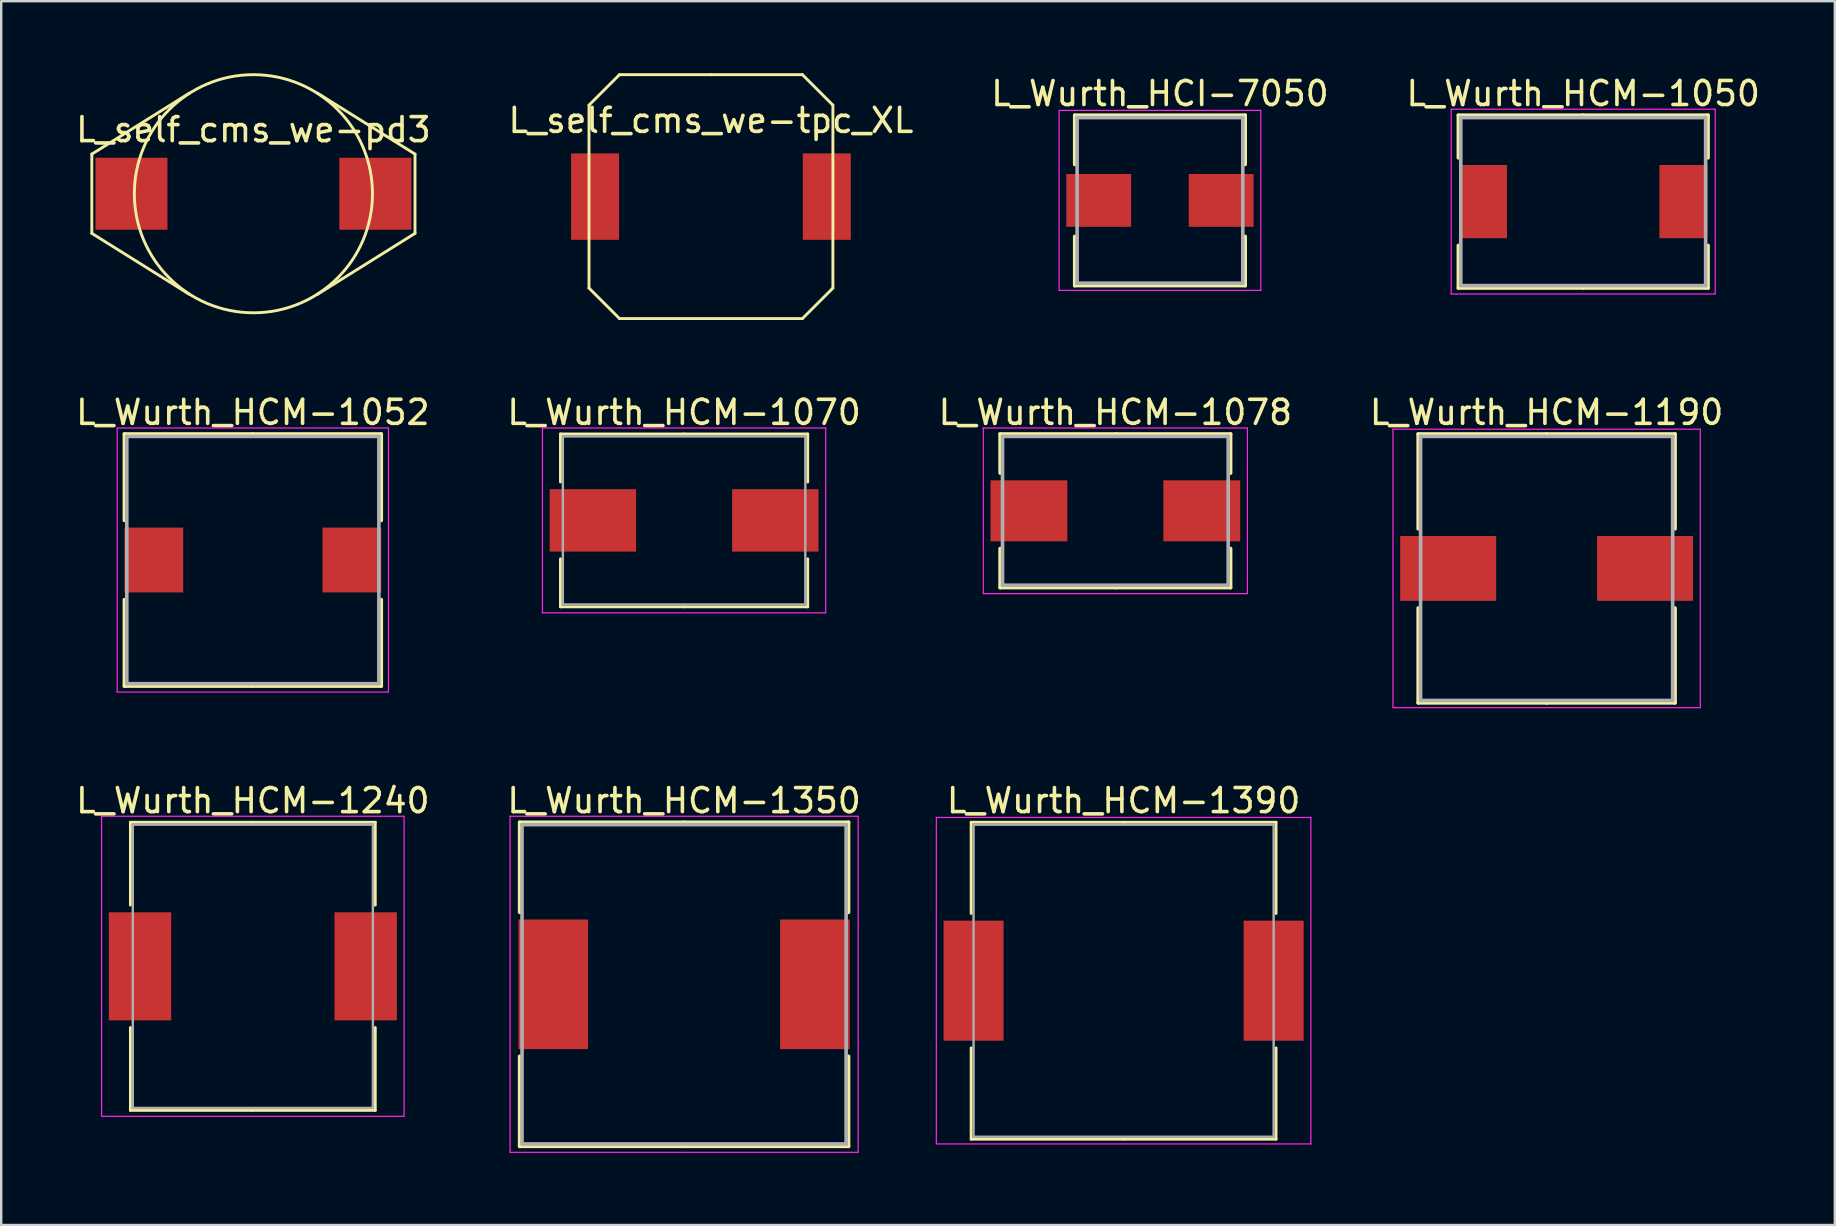
<source format=kicad_pcb>
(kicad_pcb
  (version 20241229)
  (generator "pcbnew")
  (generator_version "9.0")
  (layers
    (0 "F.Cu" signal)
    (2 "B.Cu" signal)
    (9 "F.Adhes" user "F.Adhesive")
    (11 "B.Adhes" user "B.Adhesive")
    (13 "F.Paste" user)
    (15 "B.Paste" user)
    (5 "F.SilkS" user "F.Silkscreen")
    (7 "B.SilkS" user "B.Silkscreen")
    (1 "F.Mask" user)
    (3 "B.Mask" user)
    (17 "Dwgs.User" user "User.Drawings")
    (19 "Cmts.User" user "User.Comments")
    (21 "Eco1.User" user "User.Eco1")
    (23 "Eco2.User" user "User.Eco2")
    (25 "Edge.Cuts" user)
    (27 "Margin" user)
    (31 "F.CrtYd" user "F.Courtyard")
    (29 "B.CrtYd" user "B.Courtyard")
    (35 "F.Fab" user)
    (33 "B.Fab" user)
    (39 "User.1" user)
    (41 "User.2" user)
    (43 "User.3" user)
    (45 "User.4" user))
  (footprint "L_Wurth_HCM-1190"
    (layer "F.Cu")
    (at 61.375 20.628)
    (property "Reference" "L_Wurth_HCM-1190" (at 0 -6.5 0) (layer "F.SilkS") (effects (font (size 1 1) (thickness 0.15))))
    (attr smd)
    (fp_line (start -5.35 -5.6) (end 0 -5.6) (stroke (width 0.15) (type solid)) (layer "F.SilkS"))
    (fp_line (start -5.35 -1.65) (end -5.35 -5.6) (stroke (width 0.15) (type solid)) (layer "F.SilkS"))
    (fp_line (start -5.35 1.65) (end -5.35 5.6) (stroke (width 0.15) (type solid)) (layer "F.SilkS"))
    (fp_line (start -5.35 5.6) (end 0 5.6) (stroke (width 0.15) (type solid)) (layer "F.SilkS"))
    (fp_line (start 5.35 -5.6) (end 0 -5.6) (stroke (width 0.15) (type solid)) (layer "F.SilkS"))
    (fp_line (start 5.35 -1.65) (end 5.35 -5.6) (stroke (width 0.15) (type solid)) (layer "F.SilkS"))
    (fp_line (start 5.35 1.65) (end 5.35 5.6) (stroke (width 0.15) (type solid)) (layer "F.SilkS"))
    (fp_line (start 5.35 5.6) (end 0 5.6) (stroke (width 0.15) (type solid)) (layer "F.SilkS"))
    (fp_line (start -6.4 -5.8) (end -6.4 5.8) (stroke (width 0.05) (type solid)) (layer "F.CrtYd"))
    (fp_line (start -6.4 5.8) (end 6.4 5.8) (stroke (width 0.05) (type solid)) (layer "F.CrtYd"))
    (fp_line (start 6.4 -5.8) (end -6.4 -5.8) (stroke (width 0.05) (type solid)) (layer "F.CrtYd"))
    (fp_line (start 6.4 5.8) (end 6.4 -5.8) (stroke (width 0.05) (type solid)) (layer "F.CrtYd"))
    (fp_line (start -5.25 -5.5) (end -5.25 5.5) (stroke (width 0.15) (type solid)) (layer "F.Fab"))
    (fp_line (start -5.25 5.5) (end 5.25 5.5) (stroke (width 0.15) (type solid)) (layer "F.Fab"))
    (fp_line (start 5.25 -5.5) (end -5.25 -5.5) (stroke (width 0.15) (type solid)) (layer "F.Fab"))
    (fp_line (start 5.25 5.5) (end 5.25 -5.5) (stroke (width 0.15) (type solid)) (layer "F.Fab"))
    (pad "1" smd rect (at -4.1 0) (size 4 2.7) (layers "F.Cu" "F.Mask" "F.Paste"))
    (pad "2" smd rect (at 4.1 0) (size 4 2.7) (layers "F.Cu" "F.Mask" "F.Paste")))
  (footprint "L_Wurth_HCM-1350"
    (layer "F.Cu")
    (at 25.446 37.952)
    (property "Reference" "L_Wurth_HCM-1350" (at 0 -7.65 0) (layer "F.SilkS") (effects (font (size 1 1) (thickness 0.15))))
    (attr smd)
    (fp_line (start -6.85 -6.75) (end 0 -6.75) (stroke (width 0.15) (type solid)) (layer "F.SilkS"))
    (fp_line (start -6.85 -3) (end -6.85 -6.75) (stroke (width 0.15) (type solid)) (layer "F.SilkS"))
    (fp_line (start -6.85 3) (end -6.85 6.75) (stroke (width 0.15) (type solid)) (layer "F.SilkS"))
    (fp_line (start -6.85 6.75) (end 0 6.75) (stroke (width 0.15) (type solid)) (layer "F.SilkS"))
    (fp_line (start 6.85 -6.75) (end 0 -6.75) (stroke (width 0.15) (type solid)) (layer "F.SilkS"))
    (fp_line (start 6.85 -3) (end 6.85 -6.75) (stroke (width 0.15) (type solid)) (layer "F.SilkS"))
    (fp_line (start 6.85 3) (end 6.85 6.75) (stroke (width 0.15) (type solid)) (layer "F.SilkS"))
    (fp_line (start 6.85 6.75) (end 0 6.75) (stroke (width 0.15) (type solid)) (layer "F.SilkS"))
    (fp_line (start -7.25 -7) (end -7.25 7) (stroke (width 0.05) (type solid)) (layer "F.CrtYd"))
    (fp_line (start -7.25 7) (end 7.25 7) (stroke (width 0.05) (type solid)) (layer "F.CrtYd"))
    (fp_line (start 7.25 -7) (end -7.25 -7) (stroke (width 0.05) (type solid)) (layer "F.CrtYd"))
    (fp_line (start 7.25 7) (end 7.25 -7) (stroke (width 0.05) (type solid)) (layer "F.CrtYd"))
    (fp_line (start -6.75 -6.65) (end -6.75 6.65) (stroke (width 0.15) (type solid)) (layer "F.Fab"))
    (fp_line (start -6.75 6.65) (end 6.75 6.65) (stroke (width 0.15) (type solid)) (layer "F.Fab"))
    (fp_line (start 6.75 -6.65) (end -6.75 -6.65) (stroke (width 0.15) (type solid)) (layer "F.Fab"))
    (fp_line (start 6.75 6.65) (end 6.75 -6.65) (stroke (width 0.15) (type solid)) (layer "F.Fab"))
    (pad "1" smd rect (at -5.45 0) (size 2.9 5.4) (layers "F.Cu" "F.Mask" "F.Paste"))
    (pad "2" smd rect (at 5.45 0) (size 2.9 5.4) (layers "F.Cu" "F.Mask" "F.Paste")))
  (footprint "L_Wurth_HCM-1078"
    (layer "F.Cu")
    (at 43.411 18.228)
    (property "Reference" "L_Wurth_HCM-1078" (at 0 -4.1 0) (layer "F.SilkS") (effects (font (size 1 1) (thickness 0.15))))
    (attr smd)
    (fp_line (start -4.8 -3.2) (end 0 -3.2) (stroke (width 0.15) (type solid)) (layer "F.SilkS"))
    (fp_line (start -4.8 -1.57) (end -4.8 -3.2) (stroke (width 0.15) (type solid)) (layer "F.SilkS"))
    (fp_line (start -4.8 1.57) (end -4.8 3.2) (stroke (width 0.15) (type solid)) (layer "F.SilkS"))
    (fp_line (start -4.8 3.2) (end 0 3.2) (stroke (width 0.15) (type solid)) (layer "F.SilkS"))
    (fp_line (start 4.8 -3.2) (end 0 -3.2) (stroke (width 0.15) (type solid)) (layer "F.SilkS"))
    (fp_line (start 4.8 -1.57) (end 4.8 -3.2) (stroke (width 0.15) (type solid)) (layer "F.SilkS"))
    (fp_line (start 4.8 1.57) (end 4.8 3.2) (stroke (width 0.15) (type solid)) (layer "F.SilkS"))
    (fp_line (start 4.8 3.2) (end 0 3.2) (stroke (width 0.15) (type solid)) (layer "F.SilkS"))
    (fp_line (start -5.5 -3.45) (end -5.5 3.45) (stroke (width 0.05) (type solid)) (layer "F.CrtYd"))
    (fp_line (start -5.5 3.45) (end 5.5 3.45) (stroke (width 0.05) (type solid)) (layer "F.CrtYd"))
    (fp_line (start 5.5 -3.45) (end -5.5 -3.45) (stroke (width 0.05) (type solid)) (layer "F.CrtYd"))
    (fp_line (start 5.5 3.45) (end 5.5 -3.45) (stroke (width 0.05) (type solid)) (layer "F.CrtYd"))
    (fp_line (start -4.7 -3.1) (end -4.7 3.1) (stroke (width 0.15) (type solid)) (layer "F.Fab"))
    (fp_line (start -4.7 3.1) (end 4.7 3.1) (stroke (width 0.15) (type solid)) (layer "F.Fab"))
    (fp_line (start 4.7 -3.1) (end -4.7 -3.1) (stroke (width 0.15) (type solid)) (layer "F.Fab"))
    (fp_line (start 4.7 3.1) (end 4.7 -3.1) (stroke (width 0.15) (type solid)) (layer "F.Fab"))
    (pad "1" smd rect (at -3.6 0) (size 3.2 2.54) (layers "F.Cu" "F.Mask" "F.Paste"))
    (pad "2" smd rect (at 3.6 0) (size 3.2 2.54) (layers "F.Cu" "F.Mask" "F.Paste")))
  (footprint "L_Wurth_HCM-1052"
    (layer "F.Cu")
    (at 7.482 20.278)
    (property "Reference" "L_Wurth_HCM-1052" (at 0 -6.15 0) (layer "F.SilkS") (effects (font (size 1 1) (thickness 0.15))))
    (attr smd)
    (fp_line (start -5.35 -5.25) (end 0 -5.25) (stroke (width 0.15) (type solid)) (layer "F.SilkS"))
    (fp_line (start -5.35 -1.65) (end -5.35 -5.25) (stroke (width 0.15) (type solid)) (layer "F.SilkS"))
    (fp_line (start -5.35 1.65) (end -5.35 5.25) (stroke (width 0.15) (type solid)) (layer "F.SilkS"))
    (fp_line (start -5.35 5.25) (end 0 5.25) (stroke (width 0.15) (type solid)) (layer "F.SilkS"))
    (fp_line (start 5.35 -5.25) (end 0 -5.25) (stroke (width 0.15) (type solid)) (layer "F.SilkS"))
    (fp_line (start 5.35 -1.65) (end 5.35 -5.25) (stroke (width 0.15) (type solid)) (layer "F.SilkS"))
    (fp_line (start 5.35 1.65) (end 5.35 5.25) (stroke (width 0.15) (type solid)) (layer "F.SilkS"))
    (fp_line (start 5.35 5.25) (end 0 5.25) (stroke (width 0.15) (type solid)) (layer "F.SilkS"))
    (fp_line (start -5.65 -5.5) (end -5.65 5.5) (stroke (width 0.05) (type solid)) (layer "F.CrtYd"))
    (fp_line (start -5.65 5.5) (end 5.65 5.5) (stroke (width 0.05) (type solid)) (layer "F.CrtYd"))
    (fp_line (start 5.65 -5.5) (end -5.65 -5.5) (stroke (width 0.05) (type solid)) (layer "F.CrtYd"))
    (fp_line (start 5.65 5.5) (end 5.65 -5.5) (stroke (width 0.05) (type solid)) (layer "F.CrtYd"))
    (fp_line (start -5.25 -5.15) (end -5.25 5.15) (stroke (width 0.15) (type solid)) (layer "F.Fab"))
    (fp_line (start -5.25 5.15) (end 5.25 5.15) (stroke (width 0.15) (type solid)) (layer "F.Fab"))
    (fp_line (start 5.25 -5.15) (end -5.25 -5.15) (stroke (width 0.15) (type solid)) (layer "F.Fab"))
    (fp_line (start 5.25 5.15) (end 5.25 -5.15) (stroke (width 0.15) (type solid)) (layer "F.Fab"))
    (pad "1" smd rect (at -4.125 0) (size 2.45 2.7) (layers "F.Cu" "F.Mask" "F.Paste"))
    (pad "2" smd rect (at 4.125 0) (size 2.45 2.7) (layers "F.Cu" "F.Mask" "F.Paste")))
  (footprint "L_Wurth_HCM-1070"
    (layer "F.Cu")
    (at 25.446 18.628)
    (property "Reference" "L_Wurth_HCM-1070" (at 0 -4.5 0) (layer "F.SilkS") (effects (font (size 1 1) (thickness 0.15))))
    (attr smd)
    (fp_line (start -5.15 -3.6) (end 0 -3.6) (stroke (width 0.12) (type solid)) (layer "F.SilkS"))
    (fp_line (start -5.15 -1.6) (end -5.15 -3.6) (stroke (width 0.12) (type solid)) (layer "F.SilkS"))
    (fp_line (start -5.15 1.6) (end -5.15 3.6) (stroke (width 0.12) (type solid)) (layer "F.SilkS"))
    (fp_line (start -5.15 3.6) (end 0 3.6) (stroke (width 0.12) (type solid)) (layer "F.SilkS"))
    (fp_line (start 5.15 -3.6) (end 0 -3.6) (stroke (width 0.12) (type solid)) (layer "F.SilkS"))
    (fp_line (start 5.15 -1.6) (end 5.15 -3.6) (stroke (width 0.12) (type solid)) (layer "F.SilkS"))
    (fp_line (start 5.15 1.6) (end 5.15 3.6) (stroke (width 0.12) (type solid)) (layer "F.SilkS"))
    (fp_line (start 5.15 3.6) (end 0 3.6) (stroke (width 0.12) (type solid)) (layer "F.SilkS"))
    (fp_line (start -5.9 -3.85) (end -5.9 3.85) (stroke (width 0.05) (type solid)) (layer "F.CrtYd"))
    (fp_line (start -5.9 3.85) (end 5.9 3.85) (stroke (width 0.05) (type solid)) (layer "F.CrtYd"))
    (fp_line (start 5.9 -3.85) (end -5.9 -3.85) (stroke (width 0.05) (type solid)) (layer "F.CrtYd"))
    (fp_line (start 5.9 3.85) (end 5.9 -3.85) (stroke (width 0.05) (type solid)) (layer "F.CrtYd"))
    (fp_line (start -5.05 -3.5) (end -5.05 3.5) (stroke (width 0.1) (type solid)) (layer "F.Fab"))
    (fp_line (start -5.05 3.5) (end 5.05 3.5) (stroke (width 0.1) (type solid)) (layer "F.Fab"))
    (fp_line (start 5.05 -3.5) (end -5.05 -3.5) (stroke (width 0.1) (type solid)) (layer "F.Fab"))
    (fp_line (start 5.05 3.5) (end 5.05 -3.5) (stroke (width 0.1) (type solid)) (layer "F.Fab"))
    (pad "1" smd rect (at -3.8 0) (size 3.6 2.6) (layers "F.Cu" "F.Mask" "F.Paste"))
    (pad "2" smd rect (at 3.8 0) (size 3.6 2.6) (layers "F.Cu" "F.Mask" "F.Paste")))
  (footprint "L_self_cms_we-pd3"
    (layer "F.Cu")
    (at 7.506 5.02)
    (property "Reference" "L_self_cms_we-pd3" (at 0 -2.667 0) (layer "F.SilkS") (effects (font (size 1 1) (thickness 0.15))))
    (attr smd)
    (fp_line (start -6.731 -1.651) (end -6.731 1.651) (stroke (width 0.12) (type solid)) (layer "F.SilkS"))
    (fp_line (start -6.731 -1.651) (end -2.667 -4.191) (stroke (width 0.12) (type solid)) (layer "F.SilkS"))
    (fp_line (start -6.731 1.651) (end -2.667 4.191) (stroke (width 0.12) (type solid)) (layer "F.SilkS"))
    (fp_line (start 6.731 -1.651) (end 2.667 -4.191) (stroke (width 0.12) (type solid)) (layer "F.SilkS"))
    (fp_line (start 6.731 -1.651) (end 6.731 1.651) (stroke (width 0.12) (type solid)) (layer "F.SilkS"))
    (fp_line (start 6.731 1.651) (end 2.667 4.191) (stroke (width 0.12) (type solid)) (layer "F.SilkS"))
    (fp_circle (center 0 0) (end 0.254 -4.953) (stroke (width 0.12) (type solid)) (fill no) (layer "F.SilkS"))
    (pad "1" smd rect (at -5.08 0) (size 3 3) (layers "F.Cu" "F.Mask" "F.Paste"))
    (pad "2" smd rect (at 5.08 0) (size 3 3) (layers "F.Cu" "F.Mask" "F.Paste")))
  (footprint "L_Wurth_HCM-1050"
    (layer "F.Cu")
    (at 62.899 5.348)
    (property "Reference" "L_Wurth_HCM-1050" (at 0 -4.5 0) (layer "F.SilkS") (effects (font (size 1 1) (thickness 0.15))))
    (attr smd)
    (fp_line (start -5.2 -3.6) (end 0 -3.6) (stroke (width 0.15) (type solid)) (layer "F.SilkS"))
    (fp_line (start -5.2 -1.825) (end -5.2 -3.6) (stroke (width 0.15) (type solid)) (layer "F.SilkS"))
    (fp_line (start -5.2 1.825) (end -5.2 3.6) (stroke (width 0.15) (type solid)) (layer "F.SilkS"))
    (fp_line (start -5.2 3.6) (end 0 3.6) (stroke (width 0.15) (type solid)) (layer "F.SilkS"))
    (fp_line (start 5.2 -3.6) (end 0 -3.6) (stroke (width 0.15) (type solid)) (layer "F.SilkS"))
    (fp_line (start 5.2 -1.825) (end 5.2 -3.6) (stroke (width 0.15) (type solid)) (layer "F.SilkS"))
    (fp_line (start 5.2 1.825) (end 5.2 3.6) (stroke (width 0.15) (type solid)) (layer "F.SilkS"))
    (fp_line (start 5.2 3.6) (end 0 3.6) (stroke (width 0.15) (type solid)) (layer "F.SilkS"))
    (fp_line (start -5.5 -3.85) (end -5.5 3.85) (stroke (width 0.05) (type solid)) (layer "F.CrtYd"))
    (fp_line (start -5.5 3.85) (end 5.5 3.85) (stroke (width 0.05) (type solid)) (layer "F.CrtYd"))
    (fp_line (start 5.5 -3.85) (end -5.5 -3.85) (stroke (width 0.05) (type solid)) (layer "F.CrtYd"))
    (fp_line (start 5.5 3.85) (end 5.5 -3.85) (stroke (width 0.05) (type solid)) (layer "F.CrtYd"))
    (fp_line (start -5.1 -3.5) (end -5.1 3.5) (stroke (width 0.15) (type solid)) (layer "F.Fab"))
    (fp_line (start -5.1 3.5) (end 5.1 3.5) (stroke (width 0.15) (type solid)) (layer "F.Fab"))
    (fp_line (start 5.1 -3.5) (end -5.1 -3.5) (stroke (width 0.15) (type solid)) (layer "F.Fab"))
    (fp_line (start 5.1 3.5) (end 5.1 -3.5) (stroke (width 0.15) (type solid)) (layer "F.Fab"))
    (pad "1" smd rect (at -4.175 0) (size 2 3.05) (layers "F.Cu" "F.Mask" "F.Paste"))
    (pad "2" smd rect (at 4.175 0) (size 2 3.05) (layers "F.Cu" "F.Mask" "F.Paste")))
  (footprint "L_self_cms_we-tpc_XL"
    (layer "F.Cu")
    (at 26.565 5.14)
    (property "Reference" "L_self_cms_we-tpc_XL" (at 0 -3.175 0) (layer "F.SilkS") (effects (font (size 1 1) (thickness 0.15))))
    (attr smd)
    (fp_line (start -5.08 -3.81) (end -3.81 -5.08) (stroke (width 0.12) (type solid)) (layer "F.SilkS"))
    (fp_line (start -5.08 3.81) (end -5.08 -3.81) (stroke (width 0.12) (type solid)) (layer "F.SilkS"))
    (fp_line (start -3.81 -5.08) (end 0 -5.08) (stroke (width 0.12) (type solid)) (layer "F.SilkS"))
    (fp_line (start -3.81 5.08) (end -5.08 3.81) (stroke (width 0.12) (type solid)) (layer "F.SilkS"))
    (fp_line (start 0 -5.08) (end 3.81 -5.08) (stroke (width 0.12) (type solid)) (layer "F.SilkS"))
    (fp_line (start 3.81 -5.08) (end 5.08 -3.81) (stroke (width 0.12) (type solid)) (layer "F.SilkS"))
    (fp_line (start 3.81 5.08) (end -3.81 5.08) (stroke (width 0.12) (type solid)) (layer "F.SilkS"))
    (fp_line (start 5.08 -3.81) (end 5.08 3.81) (stroke (width 0.12) (type solid)) (layer "F.SilkS"))
    (fp_line (start 5.08 3.81) (end 3.81 5.08) (stroke (width 0.12) (type solid)) (layer "F.SilkS"))
    (fp_text user "" (at 0 0 0) (layer "F.SilkS") (effects (font (size 1 1) (thickness 0.15))))
    (fp_text user "" (at 0 0 0) (layer "F.SilkS") (effects (font (size 1 1) (thickness 0.15))))
    (pad "1" smd rect (at -4.826 0) (size 1.999 3.599) (layers "F.Cu" "F.Mask" "F.Paste"))
    (pad "2" smd rect (at 4.826 0) (size 1.999 3.599) (layers "F.Cu" "F.Mask" "F.Paste")))
  (footprint "L_Wurth_HCI-7050"
    (layer "F.Cu")
    (at 45.268 5.298)
    (property "Reference" "L_Wurth_HCI-7050" (at 0 -4.45 0) (layer "F.SilkS") (effects (font (size 1 1) (thickness 0.15))))
    (attr smd)
    (fp_line (start -3.55 -3.55) (end 3.55 -3.55) (stroke (width 0.15) (type solid)) (layer "F.SilkS"))
    (fp_line (start -3.55 -1.5) (end -3.55 -3.55) (stroke (width 0.15) (type solid)) (layer "F.SilkS"))
    (fp_line (start -3.55 1.5) (end -3.55 3.55) (stroke (width 0.15) (type solid)) (layer "F.SilkS"))
    (fp_line (start -3.55 3.55) (end 3.55 3.55) (stroke (width 0.15) (type solid)) (layer "F.SilkS"))
    (fp_line (start 3.55 -3.55) (end 3.55 -1.5) (stroke (width 0.15) (type solid)) (layer "F.SilkS"))
    (fp_line (start 3.55 3.55) (end 3.55 1.5) (stroke (width 0.15) (type solid)) (layer "F.SilkS"))
    (fp_line (start -4.2 -3.75) (end -4.2 3.75) (stroke (width 0.05) (type solid)) (layer "F.CrtYd"))
    (fp_line (start -4.2 3.75) (end 4.2 3.75) (stroke (width 0.05) (type solid)) (layer "F.CrtYd"))
    (fp_line (start 4.2 -3.75) (end -4.2 -3.75) (stroke (width 0.05) (type solid)) (layer "F.CrtYd"))
    (fp_line (start 4.2 3.75) (end 4.2 -3.75) (stroke (width 0.05) (type solid)) (layer "F.CrtYd"))
    (fp_line (start -3.45 -3.45) (end -3.45 3.45) (stroke (width 0.15) (type solid)) (layer "F.Fab"))
    (fp_line (start -3.45 3.45) (end 3.45 3.45) (stroke (width 0.15) (type solid)) (layer "F.Fab"))
    (fp_line (start 3.45 -3.45) (end -3.45 -3.45) (stroke (width 0.15) (type solid)) (layer "F.Fab"))
    (fp_line (start 3.45 3.45) (end 3.45 -3.45) (stroke (width 0.15) (type solid)) (layer "F.Fab"))
    (pad "1" smd rect (at -2.55 0) (size 2.7 2.2) (layers "F.Cu" "F.Mask" "F.Paste"))
    (pad "2" smd rect (at 2.55 0) (size 2.7 2.2) (layers "F.Cu" "F.Mask" "F.Paste")))
  (footprint "L_Wurth_HCM-1240"
    (layer "F.Cu")
    (at 7.482 37.202)
    (property "Reference" "L_Wurth_HCM-1240" (at 0 -6.9 0) (layer "F.SilkS") (effects (font (size 1 1) (thickness 0.15))))
    (attr smd)
    (fp_line (start -5.1 -6) (end 0 -6) (stroke (width 0.12) (type solid)) (layer "F.SilkS"))
    (fp_line (start -5.1 -2.55) (end -5.1 -6) (stroke (width 0.12) (type solid)) (layer "F.SilkS"))
    (fp_line (start -5.1 2.55) (end -5.1 6) (stroke (width 0.12) (type solid)) (layer "F.SilkS"))
    (fp_line (start -5.1 6) (end 0 6) (stroke (width 0.12) (type solid)) (layer "F.SilkS"))
    (fp_line (start 5.1 -6) (end 0 -6) (stroke (width 0.12) (type solid)) (layer "F.SilkS"))
    (fp_line (start 5.1 -2.55) (end 5.1 -6) (stroke (width 0.12) (type solid)) (layer "F.SilkS"))
    (fp_line (start 5.1 2.55) (end 5.1 6) (stroke (width 0.12) (type solid)) (layer "F.SilkS"))
    (fp_line (start 5.1 6) (end 0 6) (stroke (width 0.12) (type solid)) (layer "F.SilkS"))
    (fp_line (start -6.3 -6.25) (end -6.3 6.25) (stroke (width 0.05) (type solid)) (layer "F.CrtYd"))
    (fp_line (start -6.3 6.25) (end 6.3 6.25) (stroke (width 0.05) (type solid)) (layer "F.CrtYd"))
    (fp_line (start 6.3 -6.25) (end -6.3 -6.25) (stroke (width 0.05) (type solid)) (layer "F.CrtYd"))
    (fp_line (start 6.3 6.25) (end 6.3 -6.25) (stroke (width 0.05) (type solid)) (layer "F.CrtYd"))
    (fp_line (start -5 -5.9) (end -5 5.9) (stroke (width 0.1) (type solid)) (layer "F.Fab"))
    (fp_line (start -5 5.9) (end 5 5.9) (stroke (width 0.1) (type solid)) (layer "F.Fab"))
    (fp_line (start 5 -5.9) (end -5 -5.9) (stroke (width 0.1) (type solid)) (layer "F.Fab"))
    (fp_line (start 5 5.9) (end 5 -5.9) (stroke (width 0.1) (type solid)) (layer "F.Fab"))
    (pad "1" smd rect (at -4.7 0) (size 2.6 4.5) (layers "F.Cu" "F.Mask" "F.Paste"))
    (pad "2" smd rect (at 4.7 0) (size 2.6 4.5) (layers "F.Cu" "F.Mask" "F.Paste")))
  (footprint "L_Wurth_HCM-1390"
    (layer "F.Cu")
    (at 43.754 37.801)
    (property "Reference" "L_Wurth_HCM-1390" (at 0 -7.5 0) (layer "F.SilkS") (effects (font (size 1 1) (thickness 0.15))))
    (attr smd)
    (fp_line (start -6.35 -6.6) (end 0 -6.6) (stroke (width 0.12) (type solid)) (layer "F.SilkS"))
    (fp_line (start -6.35 -2.8) (end -6.35 -6.6) (stroke (width 0.12) (type solid)) (layer "F.SilkS"))
    (fp_line (start -6.35 2.8) (end -6.35 6.6) (stroke (width 0.12) (type solid)) (layer "F.SilkS"))
    (fp_line (start -6.35 6.6) (end 0 6.6) (stroke (width 0.12) (type solid)) (layer "F.SilkS"))
    (fp_line (start 6.35 -6.6) (end 0 -6.6) (stroke (width 0.12) (type solid)) (layer "F.SilkS"))
    (fp_line (start 6.35 -2.8) (end 6.35 -6.6) (stroke (width 0.12) (type solid)) (layer "F.SilkS"))
    (fp_line (start 6.35 2.8) (end 6.35 6.6) (stroke (width 0.12) (type solid)) (layer "F.SilkS"))
    (fp_line (start 6.35 6.6) (end 0 6.6) (stroke (width 0.12) (type solid)) (layer "F.SilkS"))
    (fp_line (start -7.8 -6.8) (end -7.8 6.8) (stroke (width 0.05) (type solid)) (layer "F.CrtYd"))
    (fp_line (start -7.8 6.8) (end 7.8 6.8) (stroke (width 0.05) (type solid)) (layer "F.CrtYd"))
    (fp_line (start 7.8 -6.8) (end -7.8 -6.8) (stroke (width 0.05) (type solid)) (layer "F.CrtYd"))
    (fp_line (start 7.8 6.8) (end 7.8 -6.8) (stroke (width 0.05) (type solid)) (layer "F.CrtYd"))
    (fp_line (start -6.25 -6.5) (end -6.25 6.5) (stroke (width 0.1) (type solid)) (layer "F.Fab"))
    (fp_line (start -6.25 6.5) (end 6.25 6.5) (stroke (width 0.1) (type solid)) (layer "F.Fab"))
    (fp_line (start 6.25 -6.5) (end -6.25 -6.5) (stroke (width 0.1) (type solid)) (layer "F.Fab"))
    (fp_line (start 6.25 6.5) (end 6.25 -6.5) (stroke (width 0.1) (type solid)) (layer "F.Fab"))
    (pad "1" smd rect (at -6.25 0) (size 2.5 5) (layers "F.Cu" "F.Mask" "F.Paste"))
    (pad "2" smd rect (at 6.25 0) (size 2.5 5) (layers "F.Cu" "F.Mask" "F.Paste")))
  (gr_rect
    (start -3 -3)
    (end 73.381 47.977)
    (stroke (width 0.1) (type default))
    (fill no)
    (layer "Edge.Cuts")))
</source>
